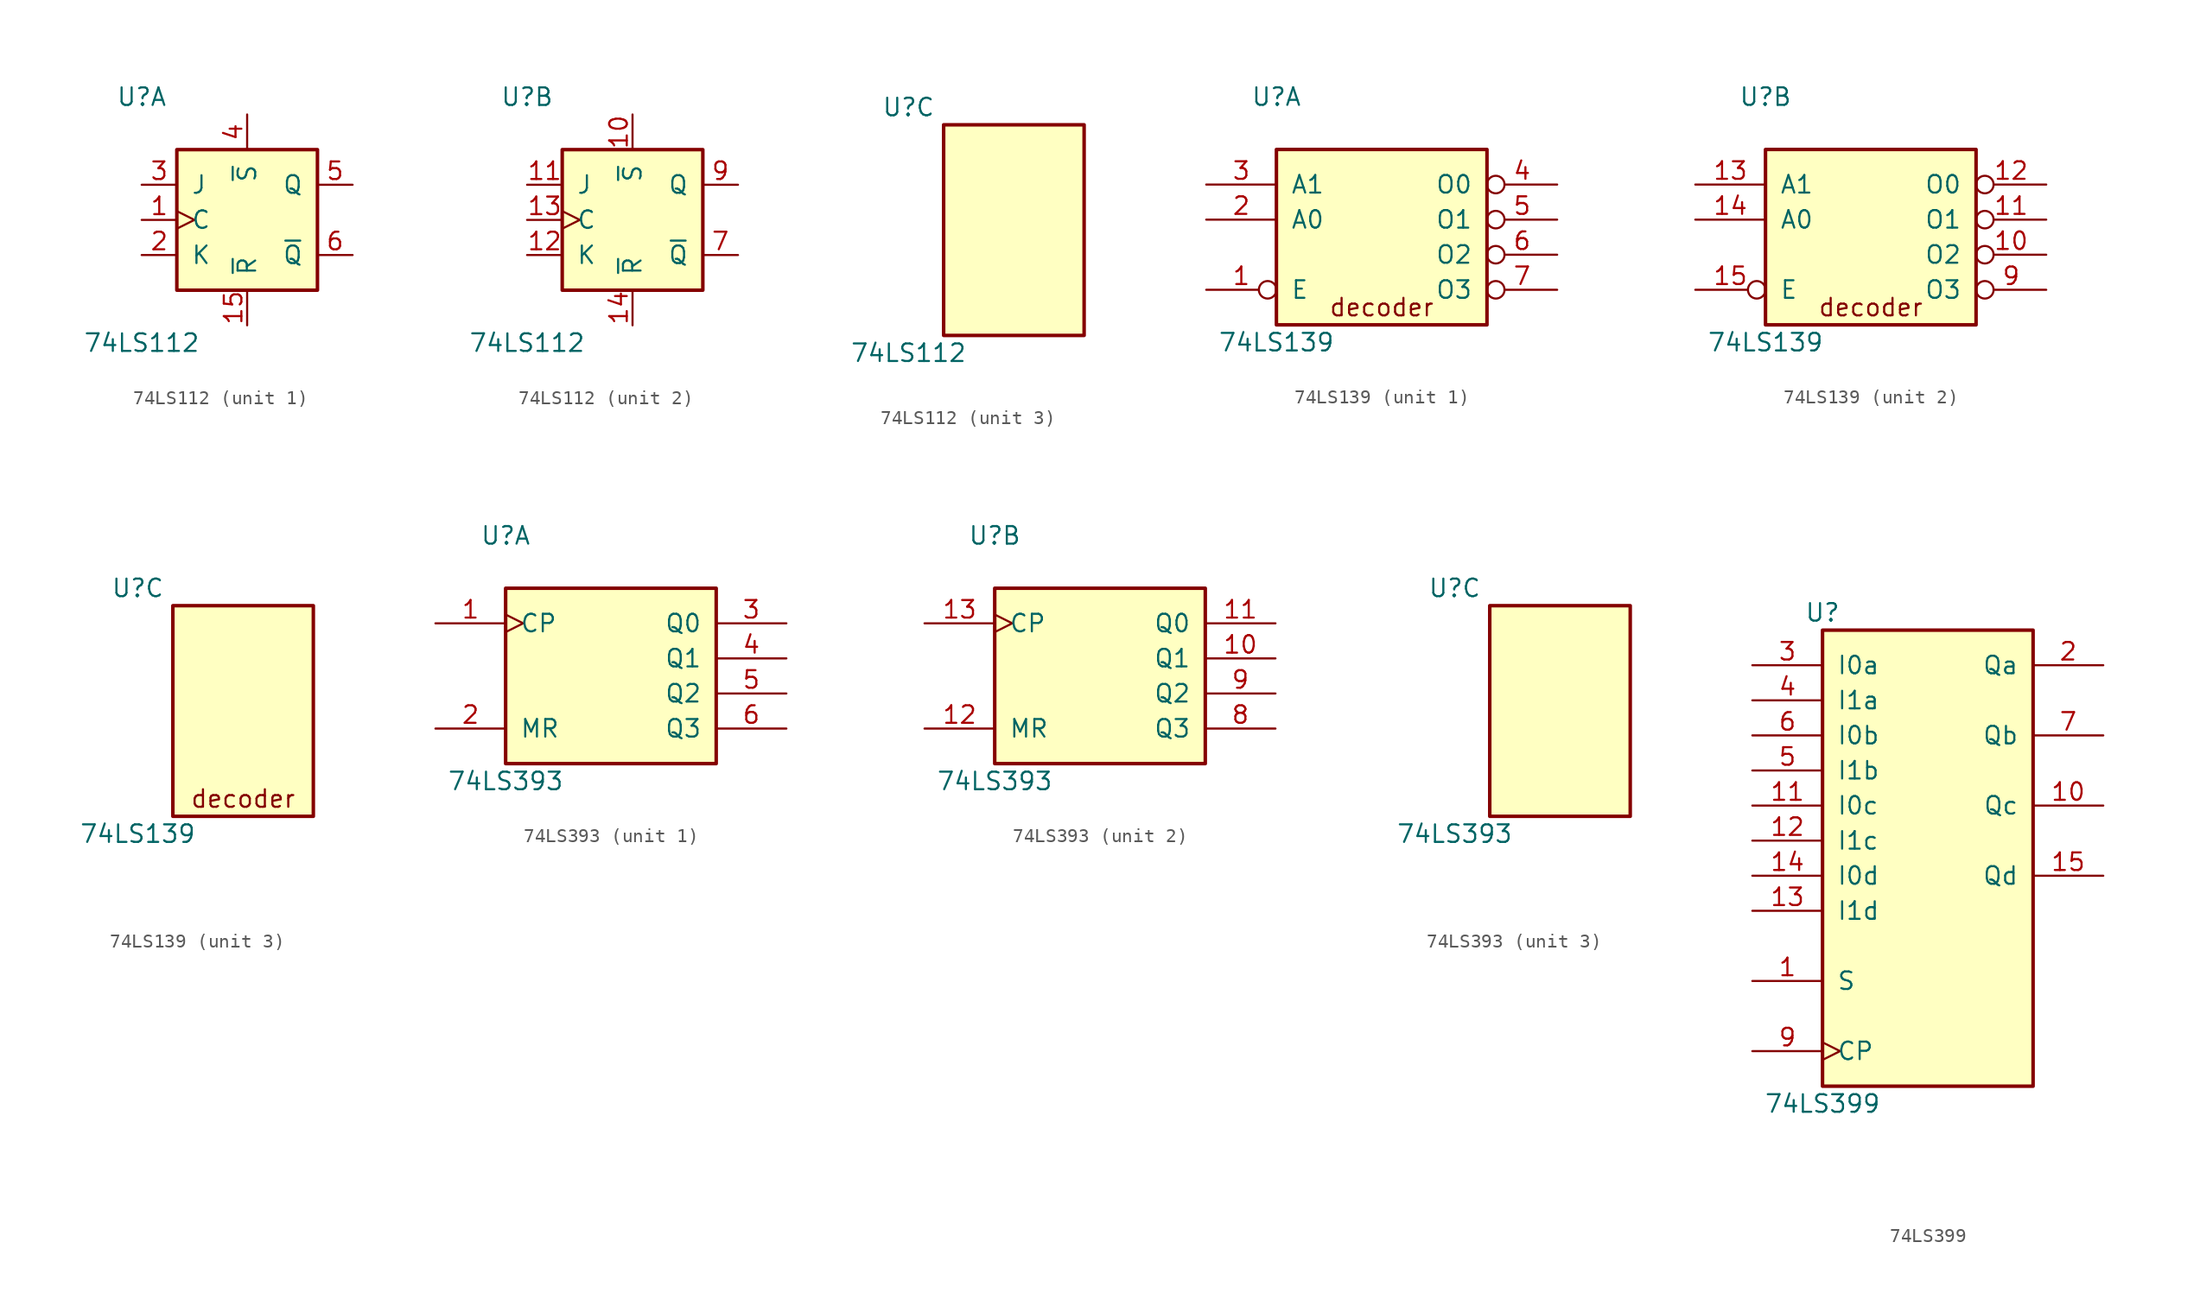
<source format=kicad_sym>
(kicad_symbol_lib
  (version 20211014)
  (generator kicad_symbol_editor)
  (symbol "74LS112"
    (pin_names
      (offset 1.016))
    (property "Reference" "U"
      (at -7.62 8.89 0)
      (effects (font (size 1.27 1.27))))
    (property "Value" "74LS112"
      (at -7.62 -8.89 0)
      (effects (font (size 1.27 1.27))))
    (property "ki_locked" ""
      (at 0 0 0)
      (effects (font (size 1.27 1.27))))
    (symbol "74LS112_1_0"
      (pin input clock (at -7.62 0 0) (length 2.54) (name "C" (effects (font (size 1.27 1.27)))) (number "1" (effects (font (size 1.27 1.27)))))
      (pin input line (at 0 -7.62 90) (length 2.54) (name "~{R}" (effects (font (size 1.27 1.27)))) (number "15" (effects (font (size 1.27 1.27)))))
      (pin input line (at -7.62 -2.54 0) (length 2.54) (name "K" (effects (font (size 1.27 1.27)))) (number "2" (effects (font (size 1.27 1.27)))))
      (pin input line (at -7.62 2.54 0) (length 2.54) (name "J" (effects (font (size 1.27 1.27)))) (number "3" (effects (font (size 1.27 1.27)))))
      (pin input line (at 0 7.62 270) (length 2.54) (name "~{S}" (effects (font (size 1.27 1.27)))) (number "4" (effects (font (size 1.27 1.27)))))
      (pin output line (at 7.62 2.54 180) (length 2.54) (name "Q" (effects (font (size 1.27 1.27)))) (number "5" (effects (font (size 1.27 1.27)))))
      (pin output line (at 7.62 -2.54 180) (length 2.54) (name "~{Q}" (effects (font (size 1.27 1.27)))) (number "6" (effects (font (size 1.27 1.27))))))
    (symbol "74LS112_1_1"
      (rectangle (start -5.08 5.08) (end 5.08 -5.08) (stroke (width 0.254) (type default) (color 0 0 0 0)) (fill (type background))))
    (symbol "74LS112_2_0"
      (pin input line (at 0 7.62 270) (length 2.54) (name "~{S}" (effects (font (size 1.27 1.27)))) (number "10" (effects (font (size 1.27 1.27)))))
      (pin input line (at -7.62 2.54 0) (length 2.54) (name "J" (effects (font (size 1.27 1.27)))) (number "11" (effects (font (size 1.27 1.27)))))
      (pin input line (at -7.62 -2.54 0) (length 2.54) (name "K" (effects (font (size 1.27 1.27)))) (number "12" (effects (font (size 1.27 1.27)))))
      (pin input clock (at -7.62 0 0) (length 2.54) (name "C" (effects (font (size 1.27 1.27)))) (number "13" (effects (font (size 1.27 1.27)))))
      (pin input line (at 0 -7.62 90) (length 2.54) (name "~{R}" (effects (font (size 1.27 1.27)))) (number "14" (effects (font (size 1.27 1.27)))))
      (pin output line (at 7.62 -2.54 180) (length 2.54) (name "~{Q}" (effects (font (size 1.27 1.27)))) (number "7" (effects (font (size 1.27 1.27)))))
      (pin output line (at 7.62 2.54 180) (length 2.54) (name "Q" (effects (font (size 1.27 1.27)))) (number "9" (effects (font (size 1.27 1.27))))))
    (symbol "74LS112_2_1"
      (rectangle (start -5.08 5.08) (end 5.08 -5.08) (stroke (width 0.254) (type default) (color 0 0 0 0)) (fill (type background))))
    (symbol "74LS112_3_0"
      (pin input line (at 0 10.16 270) (length 2.54) hide (name "VCC" (effects (font (size 1.27 1.27)))) (number "16" (effects (font (size 1.27 1.27)))))
      (pin input line (at 0 -10.16 90) (length 2.54) hide (name "GND" (effects (font (size 1.27 1.27)))) (number "8" (effects (font (size 1.27 1.27))))))
    (symbol "74LS112_3_1"
      (rectangle (start -5.08 7.62) (end 5.08 -7.62) (stroke (width 0.254) (type default) (color 0 0 0 0)) (fill (type background)))))
  (symbol "74LS139"
    (pin_names
      (offset 1.016))
    (property "Reference" "U"
      (at -7.62 8.89 0)
      (effects (font (size 1.27 1.27))))
    (property "Value" "74LS139"
      (at -7.62 -8.89 0)
      (effects (font (size 1.27 1.27))))
    (property "ki_locked" ""
      (at 0 0 0)
      (effects (font (size 1.27 1.27))))
    (symbol "74LS139_0_0"
      (text "decoder" (at 0 -6.35 0) (effects (font (size 1.27 1.27)))))
    (symbol "74LS139_1_0"
      (pin input inverted (at -12.7 -5.08 0) (length 5.08) (name "E" (effects (font (size 1.27 1.27)))) (number "1" (effects (font (size 1.27 1.27)))))
      (pin input line (at -12.7 0 0) (length 5.08) (name "A0" (effects (font (size 1.27 1.27)))) (number "2" (effects (font (size 1.27 1.27)))))
      (pin input line (at -12.7 2.54 0) (length 5.08) (name "A1" (effects (font (size 1.27 1.27)))) (number "3" (effects (font (size 1.27 1.27)))))
      (pin output inverted (at 12.7 2.54 180) (length 5.08) (name "O0" (effects (font (size 1.27 1.27)))) (number "4" (effects (font (size 1.27 1.27)))))
      (pin output inverted (at 12.7 0 180) (length 5.08) (name "O1" (effects (font (size 1.27 1.27)))) (number "5" (effects (font (size 1.27 1.27)))))
      (pin output inverted (at 12.7 -2.54 180) (length 5.08) (name "O2" (effects (font (size 1.27 1.27)))) (number "6" (effects (font (size 1.27 1.27)))))
      (pin output inverted (at 12.7 -5.08 180) (length 5.08) (name "O3" (effects (font (size 1.27 1.27)))) (number "7" (effects (font (size 1.27 1.27))))))
    (symbol "74LS139_1_1"
      (rectangle (start -7.62 5.08) (end 7.62 -7.62) (stroke (width 0.254) (type default) (color 0 0 0 0)) (fill (type background))))
    (symbol "74LS139_2_0"
      (pin output inverted (at 12.7 -2.54 180) (length 5.08) (name "O2" (effects (font (size 1.27 1.27)))) (number "10" (effects (font (size 1.27 1.27)))))
      (pin output inverted (at 12.7 0 180) (length 5.08) (name "O1" (effects (font (size 1.27 1.27)))) (number "11" (effects (font (size 1.27 1.27)))))
      (pin output inverted (at 12.7 2.54 180) (length 5.08) (name "O0" (effects (font (size 1.27 1.27)))) (number "12" (effects (font (size 1.27 1.27)))))
      (pin input line (at -12.7 2.54 0) (length 5.08) (name "A1" (effects (font (size 1.27 1.27)))) (number "13" (effects (font (size 1.27 1.27)))))
      (pin input line (at -12.7 0 0) (length 5.08) (name "A0" (effects (font (size 1.27 1.27)))) (number "14" (effects (font (size 1.27 1.27)))))
      (pin input inverted (at -12.7 -5.08 0) (length 5.08) (name "E" (effects (font (size 1.27 1.27)))) (number "15" (effects (font (size 1.27 1.27)))))
      (pin output inverted (at 12.7 -5.08 180) (length 5.08) (name "O3" (effects (font (size 1.27 1.27)))) (number "9" (effects (font (size 1.27 1.27))))))
    (symbol "74LS139_2_1"
      (rectangle (start -7.62 5.08) (end 7.62 -7.62) (stroke (width 0.254) (type default) (color 0 0 0 0)) (fill (type background))))
    (symbol "74LS139_3_0"
      (pin input line (at 0 12.7 270) (length 5.08) hide (name "VCC" (effects (font (size 1.27 1.27)))) (number "16" (effects (font (size 1.27 1.27)))))
      (pin input line (at 0 -12.7 90) (length 5.08) hide (name "GND" (effects (font (size 1.27 1.27)))) (number "8" (effects (font (size 1.27 1.27))))))
    (symbol "74LS139_3_1"
      (rectangle (start -5.08 7.62) (end 5.08 -7.62) (stroke (width 0.254) (type default) (color 0 0 0 0)) (fill (type background)))))
  (symbol "74LS393"
    (pin_names
      (offset 1.016))
    (property "Reference" "U"
      (at -7.62 8.89 0)
      (effects (font (size 1.27 1.27))))
    (property "Value" "74LS393"
      (at -7.62 -8.89 0)
      (effects (font (size 1.27 1.27))))
    (property "ki_locked" ""
      (at 0 0 0)
      (effects (font (size 1.27 1.27))))
    (symbol "74LS393_1_0"
      (pin input clock (at -12.7 2.54 0) (length 5.08) (name "CP" (effects (font (size 1.27 1.27)))) (number "1" (effects (font (size 1.27 1.27)))))
      (pin input line (at -12.7 -5.08 0) (length 5.08) (name "MR" (effects (font (size 1.27 1.27)))) (number "2" (effects (font (size 1.27 1.27)))))
      (pin output line (at 12.7 2.54 180) (length 5.08) (name "Q0" (effects (font (size 1.27 1.27)))) (number "3" (effects (font (size 1.27 1.27)))))
      (pin output line (at 12.7 0 180) (length 5.08) (name "Q1" (effects (font (size 1.27 1.27)))) (number "4" (effects (font (size 1.27 1.27)))))
      (pin output line (at 12.7 -2.54 180) (length 5.08) (name "Q2" (effects (font (size 1.27 1.27)))) (number "5" (effects (font (size 1.27 1.27)))))
      (pin output line (at 12.7 -5.08 180) (length 5.08) (name "Q3" (effects (font (size 1.27 1.27)))) (number "6" (effects (font (size 1.27 1.27))))))
    (symbol "74LS393_1_1"
      (rectangle (start -7.62 5.08) (end 7.62 -7.62) (stroke (width 0.254) (type default) (color 0 0 0 0)) (fill (type background))))
    (symbol "74LS393_2_0"
      (pin output line (at 12.7 0 180) (length 5.08) (name "Q1" (effects (font (size 1.27 1.27)))) (number "10" (effects (font (size 1.27 1.27)))))
      (pin output line (at 12.7 2.54 180) (length 5.08) (name "Q0" (effects (font (size 1.27 1.27)))) (number "11" (effects (font (size 1.27 1.27)))))
      (pin input line (at -12.7 -5.08 0) (length 5.08) (name "MR" (effects (font (size 1.27 1.27)))) (number "12" (effects (font (size 1.27 1.27)))))
      (pin input clock (at -12.7 2.54 0) (length 5.08) (name "CP" (effects (font (size 1.27 1.27)))) (number "13" (effects (font (size 1.27 1.27)))))
      (pin output line (at 12.7 -5.08 180) (length 5.08) (name "Q3" (effects (font (size 1.27 1.27)))) (number "8" (effects (font (size 1.27 1.27)))))
      (pin output line (at 12.7 -2.54 180) (length 5.08) (name "Q2" (effects (font (size 1.27 1.27)))) (number "9" (effects (font (size 1.27 1.27))))))
    (symbol "74LS393_2_1"
      (rectangle (start -7.62 5.08) (end 7.62 -7.62) (stroke (width 0.254) (type default) (color 0 0 0 0)) (fill (type background))))
    (symbol "74LS393_3_0"
      (pin input line (at 0 12.7 270) (length 5.08) hide (name "VCC" (effects (font (size 1.27 1.27)))) (number "14" (effects (font (size 1.27 1.27)))))
      (pin input line (at 0 -12.7 90) (length 5.08) hide (name "GND" (effects (font (size 1.27 1.27)))) (number "7" (effects (font (size 1.27 1.27))))))
    (symbol "74LS393_3_1"
      (rectangle (start -5.08 7.62) (end 5.08 -7.62) (stroke (width 0.254) (type default) (color 0 0 0 0)) (fill (type background)))))
  (symbol "74LS399"
    (pin_names
      (offset 1.016))
    (property "Reference" "U"
      (at -7.62 16.51 0)
      (effects (font (size 1.27 1.27))))
    (property "Value" "74LS399"
      (at -7.62 -19.05 0)
      (effects (font (size 1.27 1.27))))
    (property "ki_locked" ""
      (at 0 0 0)
      (effects (font (size 1.27 1.27))))
    (symbol "74LS399_1_0"
      (pin input line (at -12.7 -10.16 0) (length 5.08) (name "S" (effects (font (size 1.27 1.27)))) (number "1" (effects (font (size 1.27 1.27)))))
      (pin output line (at 12.7 2.54 180) (length 5.08) (name "Qc" (effects (font (size 1.27 1.27)))) (number "10" (effects (font (size 1.27 1.27)))))
      (pin input line (at -12.7 2.54 0) (length 5.08) (name "I0c" (effects (font (size 1.27 1.27)))) (number "11" (effects (font (size 1.27 1.27)))))
      (pin input line (at -12.7 0 0) (length 5.08) (name "I1c" (effects (font (size 1.27 1.27)))) (number "12" (effects (font (size 1.27 1.27)))))
      (pin input line (at -12.7 -5.08 0) (length 5.08) (name "I1d" (effects (font (size 1.27 1.27)))) (number "13" (effects (font (size 1.27 1.27)))))
      (pin input line (at -12.7 -2.54 0) (length 5.08) (name "I0d" (effects (font (size 1.27 1.27)))) (number "14" (effects (font (size 1.27 1.27)))))
      (pin output line (at 12.7 -2.54 180) (length 5.08) (name "Qd" (effects (font (size 1.27 1.27)))) (number "15" (effects (font (size 1.27 1.27)))))
      (pin input line (at 0 20.32 270) (length 5.08) hide (name "VCC" (effects (font (size 1.27 1.27)))) (number "16" (effects (font (size 1.27 1.27)))))
      (pin output line (at 12.7 12.7 180) (length 5.08) (name "Qa" (effects (font (size 1.27 1.27)))) (number "2" (effects (font (size 1.27 1.27)))))
      (pin input line (at -12.7 12.7 0) (length 5.08) (name "I0a" (effects (font (size 1.27 1.27)))) (number "3" (effects (font (size 1.27 1.27)))))
      (pin input line (at -12.7 10.16 0) (length 5.08) (name "I1a" (effects (font (size 1.27 1.27)))) (number "4" (effects (font (size 1.27 1.27)))))
      (pin input line (at -12.7 5.08 0) (length 5.08) (name "I1b" (effects (font (size 1.27 1.27)))) (number "5" (effects (font (size 1.27 1.27)))))
      (pin input line (at -12.7 7.62 0) (length 5.08) (name "I0b" (effects (font (size 1.27 1.27)))) (number "6" (effects (font (size 1.27 1.27)))))
      (pin output line (at 12.7 7.62 180) (length 5.08) (name "Qb" (effects (font (size 1.27 1.27)))) (number "7" (effects (font (size 1.27 1.27)))))
      (pin input line (at 0 -22.86 90) (length 5.08) hide (name "GND" (effects (font (size 1.27 1.27)))) (number "8" (effects (font (size 1.27 1.27)))))
      (pin input clock (at -12.7 -15.24 0) (length 5.08) (name "CP" (effects (font (size 1.27 1.27)))) (number "9" (effects (font (size 1.27 1.27))))))
    (symbol "74LS399_1_1"
      (rectangle (start -7.62 15.24) (end 7.62 -17.78) (stroke (width 0.254) (type default) (color 0 0 0 0)) (fill (type background))))))
</source>
